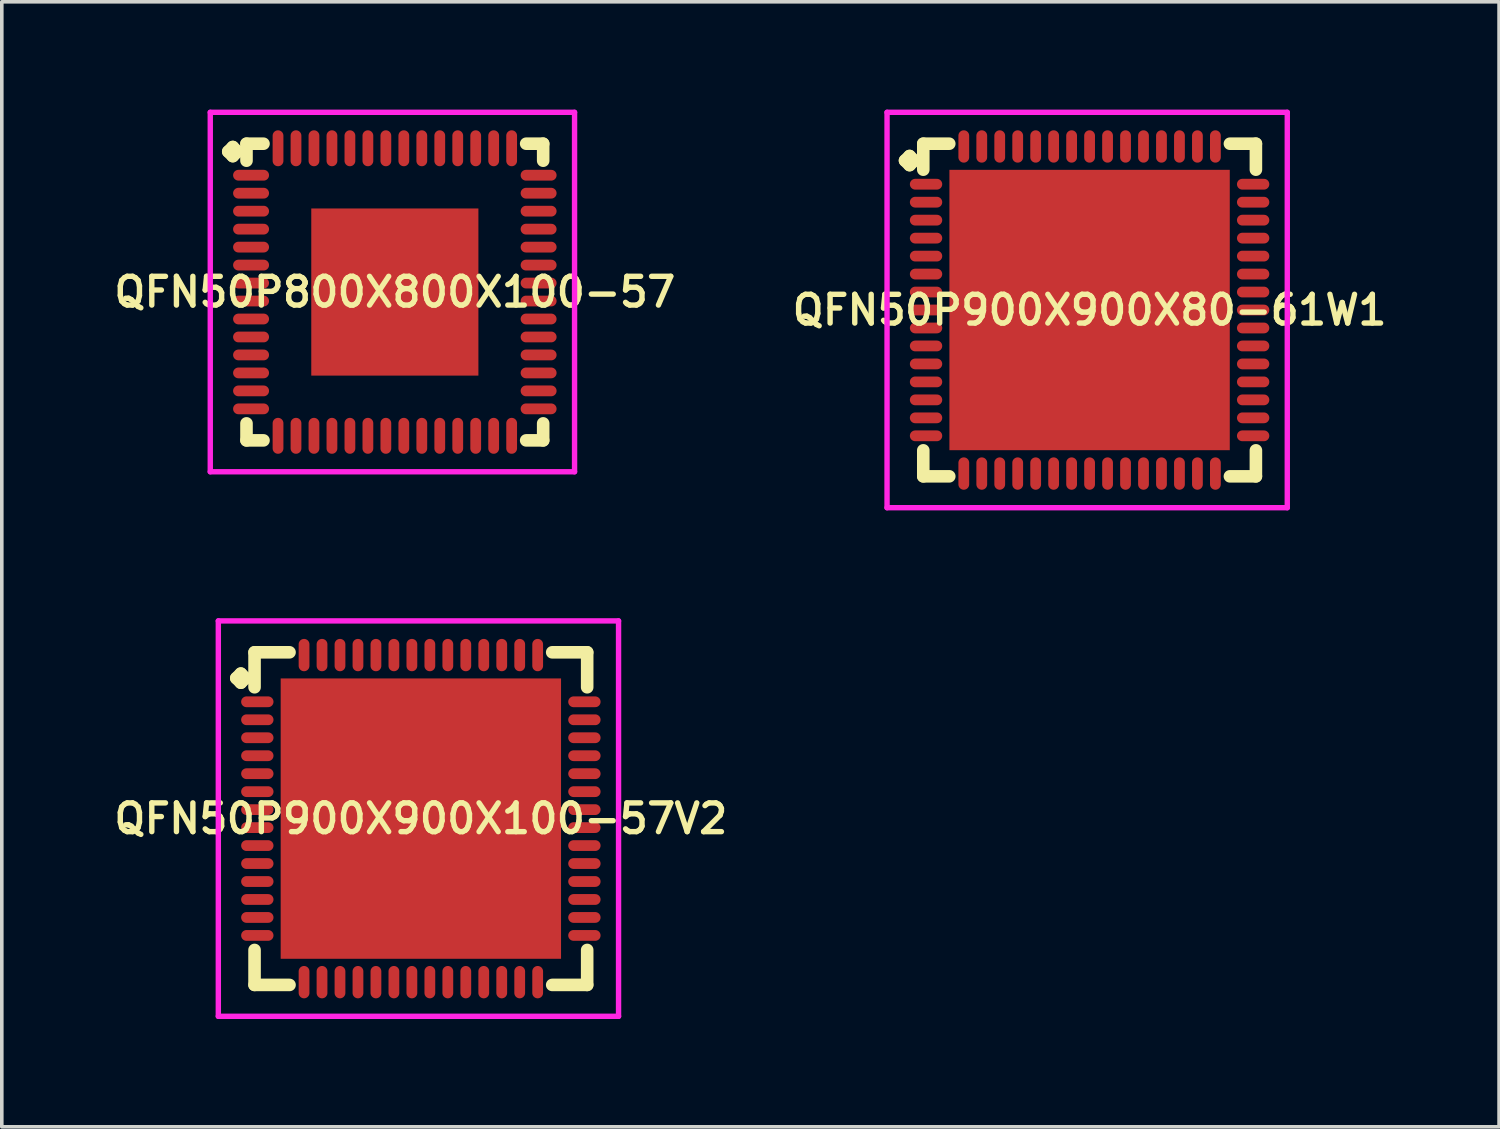
<source format=kicad_pcb>
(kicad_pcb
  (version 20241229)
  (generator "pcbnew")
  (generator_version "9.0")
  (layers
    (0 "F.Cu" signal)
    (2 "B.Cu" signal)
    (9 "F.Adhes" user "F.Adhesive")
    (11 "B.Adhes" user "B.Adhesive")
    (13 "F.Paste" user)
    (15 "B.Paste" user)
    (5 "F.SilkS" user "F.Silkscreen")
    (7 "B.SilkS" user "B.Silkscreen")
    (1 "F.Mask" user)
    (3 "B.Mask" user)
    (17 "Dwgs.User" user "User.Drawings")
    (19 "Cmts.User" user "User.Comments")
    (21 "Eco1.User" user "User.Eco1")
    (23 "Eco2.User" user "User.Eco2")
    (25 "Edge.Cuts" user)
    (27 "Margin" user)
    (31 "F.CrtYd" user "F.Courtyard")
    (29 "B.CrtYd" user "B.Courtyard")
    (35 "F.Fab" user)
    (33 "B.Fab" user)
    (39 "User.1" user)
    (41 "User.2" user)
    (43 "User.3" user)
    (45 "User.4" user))
  (footprint "QFN50P800X800X100-57"
    (layer "F.Cu")
    (at 7.935 5.075)
    (property "Reference" "QFN50P800X800X100-57" (at 0 0 0) (layer "F.SilkS") (effects (font (size 0.8 0.8) (thickness 0.15))))
    (attr smd)
    (fp_line (start -4.635 -3.908) (end -4.508 -4.035) (stroke (width 0.35) (type solid)) (layer "F.SilkS"))
    (fp_line (start -4.508 -4.035) (end -4.381 -3.908) (stroke (width 0.35) (type solid)) (layer "F.SilkS"))
    (fp_line (start -4.508 -3.781) (end -4.635 -3.908) (stroke (width 0.35) (type solid)) (layer "F.SilkS"))
    (fp_line (start -4.381 -3.908) (end -4.508 -3.781) (stroke (width 0.35) (type solid)) (layer "F.SilkS"))
    (fp_line (start -4.127 -4.127) (end -3.654 -4.127) (stroke (width 0.35) (type solid)) (layer "F.SilkS"))
    (fp_line (start -4.127 -3.654) (end -4.127 -4.127) (stroke (width 0.35) (type solid)) (layer "F.SilkS"))
    (fp_line (start -4.127 3.654) (end -4.127 4.127) (stroke (width 0.35) (type solid)) (layer "F.SilkS"))
    (fp_line (start -4.127 4.127) (end -3.654 4.127) (stroke (width 0.35) (type solid)) (layer "F.SilkS"))
    (fp_line (start 3.654 -4.127) (end 4.127 -4.127) (stroke (width 0.35) (type solid)) (layer "F.SilkS"))
    (fp_line (start 3.654 4.127) (end 4.127 4.127) (stroke (width 0.35) (type solid)) (layer "F.SilkS"))
    (fp_line (start 4.127 -4.127) (end 4.127 -3.654) (stroke (width 0.35) (type solid)) (layer "F.SilkS"))
    (fp_line (start 4.127 4.127) (end 4.127 3.654) (stroke (width 0.35) (type solid)) (layer "F.SilkS"))
    (fp_line (start -5.135 -5) (end 5 -5) (stroke (width 0.15) (type solid)) (layer "F.CrtYd"))
    (fp_line (start -5.135 5) (end -5.135 -5) (stroke (width 0.15) (type solid)) (layer "F.CrtYd"))
    (fp_line (start 5 -5) (end 5 5) (stroke (width 0.15) (type solid)) (layer "F.CrtYd"))
    (fp_line (start 5 5) (end -5.135 5) (stroke (width 0.15) (type solid)) (layer "F.CrtYd"))
    (pad "1" smd oval (at -4 -3.25) (size 1 0.3) (layers "F.Cu" "F.Mask" "F.Paste"))
    (pad "2" smd oval (at -4 -2.75) (size 1 0.3) (layers "F.Cu" "F.Mask" "F.Paste"))
    (pad "3" smd oval (at -4 -2.25) (size 1 0.3) (layers "F.Cu" "F.Mask" "F.Paste"))
    (pad "4" smd oval (at -4 -1.75) (size 1 0.3) (layers "F.Cu" "F.Mask" "F.Paste"))
    (pad "5" smd oval (at -4 -1.25) (size 1 0.3) (layers "F.Cu" "F.Mask" "F.Paste"))
    (pad "6" smd oval (at -4 -0.75) (size 1 0.3) (layers "F.Cu" "F.Mask" "F.Paste"))
    (pad "7" smd oval (at -4 -0.25) (size 1 0.3) (layers "F.Cu" "F.Mask" "F.Paste"))
    (pad "8" smd oval (at -4 0.25) (size 1 0.3) (layers "F.Cu" "F.Mask" "F.Paste"))
    (pad "9" smd oval (at -4 0.75) (size 1 0.3) (layers "F.Cu" "F.Mask" "F.Paste"))
    (pad "10" smd oval (at -4 1.25) (size 1 0.3) (layers "F.Cu" "F.Mask" "F.Paste"))
    (pad "11" smd oval (at -4 1.75) (size 1 0.3) (layers "F.Cu" "F.Mask" "F.Paste"))
    (pad "12" smd oval (at -4 2.25) (size 1 0.3) (layers "F.Cu" "F.Mask" "F.Paste"))
    (pad "13" smd oval (at -4 2.75) (size 1 0.3) (layers "F.Cu" "F.Mask" "F.Paste"))
    (pad "14" smd oval (at -4 3.25) (size 1 0.3) (layers "F.Cu" "F.Mask" "F.Paste"))
    (pad "15" smd oval (at -3.25 4) (size 0.3 1) (layers "F.Cu" "F.Mask" "F.Paste"))
    (pad "16" smd oval (at -2.75 4) (size 0.3 1) (layers "F.Cu" "F.Mask" "F.Paste"))
    (pad "17" smd oval (at -2.25 4) (size 0.3 1) (layers "F.Cu" "F.Mask" "F.Paste"))
    (pad "18" smd oval (at -1.75 4) (size 0.3 1) (layers "F.Cu" "F.Mask" "F.Paste"))
    (pad "19" smd oval (at -1.25 4) (size 0.3 1) (layers "F.Cu" "F.Mask" "F.Paste"))
    (pad "20" smd oval (at -0.75 4) (size 0.3 1) (layers "F.Cu" "F.Mask" "F.Paste"))
    (pad "21" smd oval (at -0.25 4) (size 0.3 1) (layers "F.Cu" "F.Mask" "F.Paste"))
    (pad "22" smd oval (at 0.25 4) (size 0.3 1) (layers "F.Cu" "F.Mask" "F.Paste"))
    (pad "23" smd oval (at 0.75 4) (size 0.3 1) (layers "F.Cu" "F.Mask" "F.Paste"))
    (pad "24" smd oval (at 1.25 4) (size 0.3 1) (layers "F.Cu" "F.Mask" "F.Paste"))
    (pad "25" smd oval (at 1.75 4) (size 0.3 1) (layers "F.Cu" "F.Mask" "F.Paste"))
    (pad "26" smd oval (at 2.25 4) (size 0.3 1) (layers "F.Cu" "F.Mask" "F.Paste"))
    (pad "27" smd oval (at 2.75 4) (size 0.3 1) (layers "F.Cu" "F.Mask" "F.Paste"))
    (pad "28" smd oval (at 3.25 4) (size 0.3 1) (layers "F.Cu" "F.Mask" "F.Paste"))
    (pad "29" smd oval (at 4 3.25) (size 1 0.3) (layers "F.Cu" "F.Mask" "F.Paste"))
    (pad "30" smd oval (at 4 2.75) (size 1 0.3) (layers "F.Cu" "F.Mask" "F.Paste"))
    (pad "31" smd oval (at 4 2.25) (size 1 0.3) (layers "F.Cu" "F.Mask" "F.Paste"))
    (pad "32" smd oval (at 4 1.75) (size 1 0.3) (layers "F.Cu" "F.Mask" "F.Paste"))
    (pad "33" smd oval (at 4 1.25) (size 1 0.3) (layers "F.Cu" "F.Mask" "F.Paste"))
    (pad "34" smd oval (at 4 0.75) (size 1 0.3) (layers "F.Cu" "F.Mask" "F.Paste"))
    (pad "35" smd oval (at 4 0.25) (size 1 0.3) (layers "F.Cu" "F.Mask" "F.Paste"))
    (pad "36" smd oval (at 4 -0.25) (size 1 0.3) (layers "F.Cu" "F.Mask" "F.Paste"))
    (pad "37" smd oval (at 4 -0.75) (size 1 0.3) (layers "F.Cu" "F.Mask" "F.Paste"))
    (pad "38" smd oval (at 4 -1.25) (size 1 0.3) (layers "F.Cu" "F.Mask" "F.Paste"))
    (pad "39" smd oval (at 4 -1.75) (size 1 0.3) (layers "F.Cu" "F.Mask" "F.Paste"))
    (pad "40" smd oval (at 4 -2.25) (size 1 0.3) (layers "F.Cu" "F.Mask" "F.Paste"))
    (pad "41" smd oval (at 4 -2.75) (size 1 0.3) (layers "F.Cu" "F.Mask" "F.Paste"))
    (pad "42" smd oval (at 4 -3.25) (size 1 0.3) (layers "F.Cu" "F.Mask" "F.Paste"))
    (pad "43" smd oval (at 3.25 -4) (size 0.3 1) (layers "F.Cu" "F.Mask" "F.Paste"))
    (pad "44" smd oval (at 2.75 -4) (size 0.3 1) (layers "F.Cu" "F.Mask" "F.Paste"))
    (pad "45" smd oval (at 2.25 -4) (size 0.3 1) (layers "F.Cu" "F.Mask" "F.Paste"))
    (pad "46" smd oval (at 1.75 -4) (size 0.3 1) (layers "F.Cu" "F.Mask" "F.Paste"))
    (pad "47" smd oval (at 1.25 -4) (size 0.3 1) (layers "F.Cu" "F.Mask" "F.Paste"))
    (pad "48" smd oval (at 0.75 -4) (size 0.3 1) (layers "F.Cu" "F.Mask" "F.Paste"))
    (pad "49" smd oval (at 0.25 -4) (size 0.3 1) (layers "F.Cu" "F.Mask" "F.Paste"))
    (pad "50" smd oval (at -0.25 -4) (size 0.3 1) (layers "F.Cu" "F.Mask" "F.Paste"))
    (pad "51" smd oval (at -0.75 -4) (size 0.3 1) (layers "F.Cu" "F.Mask" "F.Paste"))
    (pad "52" smd oval (at -1.25 -4) (size 0.3 1) (layers "F.Cu" "F.Mask" "F.Paste"))
    (pad "53" smd oval (at -1.75 -4) (size 0.3 1) (layers "F.Cu" "F.Mask" "F.Paste"))
    (pad "54" smd oval (at -2.25 -4) (size 0.3 1) (layers "F.Cu" "F.Mask" "F.Paste"))
    (pad "55" smd oval (at -2.75 -4) (size 0.3 1) (layers "F.Cu" "F.Mask" "F.Paste"))
    (pad "56" smd oval (at -3.25 -4) (size 0.3 1) (layers "F.Cu" "F.Mask" "F.Paste"))
    (pad "57" smd rect (at 0 0) (size 4.65 4.65) (layers "F.Cu" "F.Mask" "F.Paste")))
  (footprint "QFN50P900X900X80-61W1"
    (layer "F.Cu")
    (at 27.264 5.575)
    (property "Reference" "QFN50P900X900X80-61W1" (at 0 0 0) (layer "F.SilkS") (effects (font (size 0.8 0.8) (thickness 0.15))))
    (attr through_hole)
    (fp_line (start -5.135 -4.158) (end -5.008 -4.285) (stroke (width 0.35) (type solid)) (layer "F.SilkS"))
    (fp_line (start -5.008 -4.285) (end -4.881 -4.158) (stroke (width 0.35) (type solid)) (layer "F.SilkS"))
    (fp_line (start -5.008 -4.031) (end -5.135 -4.158) (stroke (width 0.35) (type solid)) (layer "F.SilkS"))
    (fp_line (start -4.881 -4.158) (end -5.008 -4.031) (stroke (width 0.35) (type solid)) (layer "F.SilkS"))
    (fp_line (start -4.627 -4.627) (end -3.904 -4.627) (stroke (width 0.35) (type solid)) (layer "F.SilkS"))
    (fp_line (start -4.627 -3.904) (end -4.627 -4.627) (stroke (width 0.35) (type solid)) (layer "F.SilkS"))
    (fp_line (start -4.627 3.904) (end -4.627 4.627) (stroke (width 0.35) (type solid)) (layer "F.SilkS"))
    (fp_line (start -4.627 4.627) (end -3.904 4.627) (stroke (width 0.35) (type solid)) (layer "F.SilkS"))
    (fp_line (start 3.904 -4.627) (end 4.627 -4.627) (stroke (width 0.35) (type solid)) (layer "F.SilkS"))
    (fp_line (start 3.904 4.627) (end 4.627 4.627) (stroke (width 0.35) (type solid)) (layer "F.SilkS"))
    (fp_line (start 4.627 -4.627) (end 4.627 -3.904) (stroke (width 0.35) (type solid)) (layer "F.SilkS"))
    (fp_line (start 4.627 4.627) (end 4.627 3.904) (stroke (width 0.35) (type solid)) (layer "F.SilkS"))
    (fp_line (start -5.635 -5.5) (end 5.5 -5.5) (stroke (width 0.15) (type solid)) (layer "F.CrtYd"))
    (fp_line (start -5.635 5.5) (end -5.635 -5.5) (stroke (width 0.15) (type solid)) (layer "F.CrtYd"))
    (fp_line (start 5.5 -5.5) (end 5.5 5.5) (stroke (width 0.15) (type solid)) (layer "F.CrtYd"))
    (fp_line (start 5.5 5.5) (end -5.635 5.5) (stroke (width 0.15) (type solid)) (layer "F.CrtYd"))
    (pad "1" smd oval (at -4.55 -3.5) (size 0.9 0.3) (layers "F.Cu" "F.Mask" "F.Paste"))
    (pad "2" smd oval (at -4.55 -3) (size 0.9 0.3) (layers "F.Cu" "F.Mask" "F.Paste"))
    (pad "3" smd oval (at -4.55 -2.5) (size 0.9 0.3) (layers "F.Cu" "F.Mask" "F.Paste"))
    (pad "4" smd oval (at -4.55 -2) (size 0.9 0.3) (layers "F.Cu" "F.Mask" "F.Paste"))
    (pad "5" smd oval (at -4.55 -1.5) (size 0.9 0.3) (layers "F.Cu" "F.Mask" "F.Paste"))
    (pad "6" smd oval (at -4.55 -1) (size 0.9 0.3) (layers "F.Cu" "F.Mask" "F.Paste"))
    (pad "7" smd oval (at -4.55 -0.5) (size 0.9 0.3) (layers "F.Cu" "F.Mask" "F.Paste"))
    (pad "8" smd oval (at -4.55 0) (size 0.9 0.3) (layers "F.Cu" "F.Mask" "F.Paste"))
    (pad "9" smd oval (at -4.55 0.5) (size 0.9 0.3) (layers "F.Cu" "F.Mask" "F.Paste"))
    (pad "10" smd oval (at -4.55 1) (size 0.9 0.3) (layers "F.Cu" "F.Mask" "F.Paste"))
    (pad "11" smd oval (at -4.55 1.5) (size 0.9 0.3) (layers "F.Cu" "F.Mask" "F.Paste"))
    (pad "12" smd oval (at -4.55 2) (size 0.9 0.3) (layers "F.Cu" "F.Mask" "F.Paste"))
    (pad "13" smd oval (at -4.55 2.5) (size 0.9 0.3) (layers "F.Cu" "F.Mask" "F.Paste"))
    (pad "14" smd oval (at -4.55 3) (size 0.9 0.3) (layers "F.Cu" "F.Mask" "F.Paste"))
    (pad "15" smd oval (at -4.55 3.5) (size 0.9 0.3) (layers "F.Cu" "F.Mask" "F.Paste"))
    (pad "16" smd oval (at -3.5 4.55) (size 0.3 0.9) (layers "F.Cu" "F.Mask" "F.Paste"))
    (pad "17" smd oval (at -3 4.55) (size 0.3 0.9) (layers "F.Cu" "F.Mask" "F.Paste"))
    (pad "18" smd oval (at -2.5 4.55) (size 0.3 0.9) (layers "F.Cu" "F.Mask" "F.Paste"))
    (pad "19" smd oval (at -2 4.55) (size 0.3 0.9) (layers "F.Cu" "F.Mask" "F.Paste"))
    (pad "20" smd oval (at -1.5 4.55) (size 0.3 0.9) (layers "F.Cu" "F.Mask" "F.Paste"))
    (pad "21" smd oval (at -1 4.55) (size 0.3 0.9) (layers "F.Cu" "F.Mask" "F.Paste"))
    (pad "22" smd oval (at -0.5 4.55) (size 0.3 0.9) (layers "F.Cu" "F.Mask" "F.Paste"))
    (pad "23" smd oval (at 0 4.55) (size 0.3 0.9) (layers "F.Cu" "F.Mask" "F.Paste"))
    (pad "24" smd oval (at 0.5 4.55) (size 0.3 0.9) (layers "F.Cu" "F.Mask" "F.Paste"))
    (pad "25" smd oval (at 1 4.55) (size 0.3 0.9) (layers "F.Cu" "F.Mask" "F.Paste"))
    (pad "26" smd oval (at 1.5 4.55) (size 0.3 0.9) (layers "F.Cu" "F.Mask" "F.Paste"))
    (pad "27" smd oval (at 2 4.55) (size 0.3 0.9) (layers "F.Cu" "F.Mask" "F.Paste"))
    (pad "28" smd oval (at 2.5 4.55) (size 0.3 0.9) (layers "F.Cu" "F.Mask" "F.Paste"))
    (pad "29" smd oval (at 3 4.55) (size 0.3 0.9) (layers "F.Cu" "F.Mask" "F.Paste"))
    (pad "30" smd oval (at 3.5 4.55) (size 0.3 0.9) (layers "F.Cu" "F.Mask" "F.Paste"))
    (pad "31" smd oval (at 4.55 3.5) (size 0.9 0.3) (layers "F.Cu" "F.Mask" "F.Paste"))
    (pad "32" smd oval (at 4.55 3) (size 0.9 0.3) (layers "F.Cu" "F.Mask" "F.Paste"))
    (pad "33" smd oval (at 4.55 2.5) (size 0.9 0.3) (layers "F.Cu" "F.Mask" "F.Paste"))
    (pad "34" smd oval (at 4.55 2) (size 0.9 0.3) (layers "F.Cu" "F.Mask" "F.Paste"))
    (pad "35" smd oval (at 4.55 1.5) (size 0.9 0.3) (layers "F.Cu" "F.Mask" "F.Paste"))
    (pad "36" smd oval (at 4.55 1) (size 0.9 0.3) (layers "F.Cu" "F.Mask" "F.Paste"))
    (pad "37" smd oval (at 4.55 0.5) (size 0.9 0.3) (layers "F.Cu" "F.Mask" "F.Paste"))
    (pad "38" smd oval (at 4.55 0) (size 0.9 0.3) (layers "F.Cu" "F.Mask" "F.Paste"))
    (pad "39" smd oval (at 4.55 -0.5) (size 0.9 0.3) (layers "F.Cu" "F.Mask" "F.Paste"))
    (pad "40" smd oval (at 4.55 -1) (size 0.9 0.3) (layers "F.Cu" "F.Mask" "F.Paste"))
    (pad "41" smd oval (at 4.55 -1.5) (size 0.9 0.3) (layers "F.Cu" "F.Mask" "F.Paste"))
    (pad "42" smd oval (at 4.55 -2) (size 0.9 0.3) (layers "F.Cu" "F.Mask" "F.Paste"))
    (pad "43" smd oval (at 4.55 -2.5) (size 0.9 0.3) (layers "F.Cu" "F.Mask" "F.Paste"))
    (pad "44" smd oval (at 4.55 -3) (size 0.9 0.3) (layers "F.Cu" "F.Mask" "F.Paste"))
    (pad "45" smd oval (at 4.55 -3.5) (size 0.9 0.3) (layers "F.Cu" "F.Mask" "F.Paste"))
    (pad "46" smd oval (at 3.5 -4.55) (size 0.3 0.9) (layers "F.Cu" "F.Mask" "F.Paste"))
    (pad "47" smd oval (at 3 -4.55) (size 0.3 0.9) (layers "F.Cu" "F.Mask" "F.Paste"))
    (pad "48" smd oval (at 2.5 -4.55) (size 0.3 0.9) (layers "F.Cu" "F.Mask" "F.Paste"))
    (pad "49" smd oval (at 2 -4.55) (size 0.3 0.9) (layers "F.Cu" "F.Mask" "F.Paste"))
    (pad "50" smd oval (at 1.5 -4.55) (size 0.3 0.9) (layers "F.Cu" "F.Mask" "F.Paste"))
    (pad "51" smd oval (at 1 -4.55) (size 0.3 0.9) (layers "F.Cu" "F.Mask" "F.Paste"))
    (pad "52" smd oval (at 0.5 -4.55) (size 0.3 0.9) (layers "F.Cu" "F.Mask" "F.Paste"))
    (pad "53" smd oval (at 0 -4.55) (size 0.3 0.9) (layers "F.Cu" "F.Mask" "F.Paste"))
    (pad "54" smd oval (at -0.5 -4.55) (size 0.3 0.9) (layers "F.Cu" "F.Mask" "F.Paste"))
    (pad "55" smd oval (at -1 -4.55) (size 0.3 0.9) (layers "F.Cu" "F.Mask" "F.Paste"))
    (pad "56" smd oval (at -1.5 -4.55) (size 0.3 0.9) (layers "F.Cu" "F.Mask" "F.Paste"))
    (pad "57" smd oval (at -2 -4.55) (size 0.3 0.9) (layers "F.Cu" "F.Mask" "F.Paste"))
    (pad "58" smd oval (at -2.5 -4.55) (size 0.3 0.9) (layers "F.Cu" "F.Mask" "F.Paste"))
    (pad "59" smd oval (at -3 -4.55) (size 0.3 0.9) (layers "F.Cu" "F.Mask" "F.Paste"))
    (pad "60" smd oval (at -3.5 -4.55) (size 0.3 0.9) (layers "F.Cu" "F.Mask" "F.Paste"))
    (pad "61" smd rect (at 0 0) (size 7.8 7.8) (layers "F.Cu" "F.Mask" "F.Paste")))
  (footprint "QFN50P900X900X100-57V2"
    (layer "F.Cu")
    (at 8.659 19.725)
    (property "Reference" "QFN50P900X900X100-57V2" (at 0 0 0) (layer "F.SilkS") (effects (font (size 0.8 0.8) (thickness 0.15))))
    (attr smd)
    (fp_line (start -5.135 -3.908) (end -5.008 -4.035) (stroke (width 0.35) (type solid)) (layer "F.SilkS"))
    (fp_line (start -5.008 -4.035) (end -4.881 -3.908) (stroke (width 0.35) (type solid)) (layer "F.SilkS"))
    (fp_line (start -5.008 -3.781) (end -5.135 -3.908) (stroke (width 0.35) (type solid)) (layer "F.SilkS"))
    (fp_line (start -4.881 -3.908) (end -5.008 -3.781) (stroke (width 0.35) (type solid)) (layer "F.SilkS"))
    (fp_line (start -4.627 -4.627) (end -3.654 -4.627) (stroke (width 0.35) (type solid)) (layer "F.SilkS"))
    (fp_line (start -4.627 -3.654) (end -4.627 -4.627) (stroke (width 0.35) (type solid)) (layer "F.SilkS"))
    (fp_line (start -4.627 3.654) (end -4.627 4.627) (stroke (width 0.35) (type solid)) (layer "F.SilkS"))
    (fp_line (start -4.627 4.627) (end -3.654 4.627) (stroke (width 0.35) (type solid)) (layer "F.SilkS"))
    (fp_line (start 3.654 -4.627) (end 4.627 -4.627) (stroke (width 0.35) (type solid)) (layer "F.SilkS"))
    (fp_line (start 3.654 4.627) (end 4.627 4.627) (stroke (width 0.35) (type solid)) (layer "F.SilkS"))
    (fp_line (start 4.627 -4.627) (end 4.627 -3.654) (stroke (width 0.35) (type solid)) (layer "F.SilkS"))
    (fp_line (start 4.627 4.627) (end 4.627 3.654) (stroke (width 0.35) (type solid)) (layer "F.SilkS"))
    (fp_line (start -5.635 -5.5) (end 5.5 -5.5) (stroke (width 0.15) (type solid)) (layer "F.CrtYd"))
    (fp_line (start -5.635 5.5) (end -5.635 -5.5) (stroke (width 0.15) (type solid)) (layer "F.CrtYd"))
    (fp_line (start 5.5 -5.5) (end 5.5 5.5) (stroke (width 0.15) (type solid)) (layer "F.CrtYd"))
    (fp_line (start 5.5 5.5) (end -5.635 5.5) (stroke (width 0.15) (type solid)) (layer "F.CrtYd"))
    (pad "1" smd oval (at -4.55 -3.25) (size 0.9 0.3) (layers "F.Cu" "F.Mask" "F.Paste"))
    (pad "2" smd oval (at -4.55 -2.75) (size 0.9 0.3) (layers "F.Cu" "F.Mask" "F.Paste"))
    (pad "3" smd oval (at -4.55 -2.25) (size 0.9 0.3) (layers "F.Cu" "F.Mask" "F.Paste"))
    (pad "4" smd oval (at -4.55 -1.75) (size 0.9 0.3) (layers "F.Cu" "F.Mask" "F.Paste"))
    (pad "5" smd oval (at -4.55 -1.25) (size 0.9 0.3) (layers "F.Cu" "F.Mask" "F.Paste"))
    (pad "6" smd oval (at -4.55 -0.75) (size 0.9 0.3) (layers "F.Cu" "F.Mask" "F.Paste"))
    (pad "7" smd oval (at -4.55 -0.25) (size 0.9 0.3) (layers "F.Cu" "F.Mask" "F.Paste"))
    (pad "8" smd oval (at -4.55 0.25) (size 0.9 0.3) (layers "F.Cu" "F.Mask" "F.Paste"))
    (pad "9" smd oval (at -4.55 0.75) (size 0.9 0.3) (layers "F.Cu" "F.Mask" "F.Paste"))
    (pad "10" smd oval (at -4.55 1.25) (size 0.9 0.3) (layers "F.Cu" "F.Mask" "F.Paste"))
    (pad "11" smd oval (at -4.55 1.75) (size 0.9 0.3) (layers "F.Cu" "F.Mask" "F.Paste"))
    (pad "12" smd oval (at -4.55 2.25) (size 0.9 0.3) (layers "F.Cu" "F.Mask" "F.Paste"))
    (pad "13" smd oval (at -4.55 2.75) (size 0.9 0.3) (layers "F.Cu" "F.Mask" "F.Paste"))
    (pad "14" smd oval (at -4.55 3.25) (size 0.9 0.3) (layers "F.Cu" "F.Mask" "F.Paste"))
    (pad "15" smd oval (at -3.25 4.55) (size 0.3 0.9) (layers "F.Cu" "F.Mask" "F.Paste"))
    (pad "16" smd oval (at -2.75 4.55) (size 0.3 0.9) (layers "F.Cu" "F.Mask" "F.Paste"))
    (pad "17" smd oval (at -2.25 4.55) (size 0.3 0.9) (layers "F.Cu" "F.Mask" "F.Paste"))
    (pad "18" smd oval (at -1.75 4.55) (size 0.3 0.9) (layers "F.Cu" "F.Mask" "F.Paste"))
    (pad "19" smd oval (at -1.25 4.55) (size 0.3 0.9) (layers "F.Cu" "F.Mask" "F.Paste"))
    (pad "20" smd oval (at -0.75 4.55) (size 0.3 0.9) (layers "F.Cu" "F.Mask" "F.Paste"))
    (pad "21" smd oval (at -0.25 4.55) (size 0.3 0.9) (layers "F.Cu" "F.Mask" "F.Paste"))
    (pad "22" smd oval (at 0.25 4.55) (size 0.3 0.9) (layers "F.Cu" "F.Mask" "F.Paste"))
    (pad "23" smd oval (at 0.75 4.55) (size 0.3 0.9) (layers "F.Cu" "F.Mask" "F.Paste"))
    (pad "24" smd oval (at 1.25 4.55) (size 0.3 0.9) (layers "F.Cu" "F.Mask" "F.Paste"))
    (pad "25" smd oval (at 1.75 4.55) (size 0.3 0.9) (layers "F.Cu" "F.Mask" "F.Paste"))
    (pad "26" smd oval (at 2.25 4.55) (size 0.3 0.9) (layers "F.Cu" "F.Mask" "F.Paste"))
    (pad "27" smd oval (at 2.75 4.55) (size 0.3 0.9) (layers "F.Cu" "F.Mask" "F.Paste"))
    (pad "28" smd oval (at 3.25 4.55) (size 0.3 0.9) (layers "F.Cu" "F.Mask" "F.Paste"))
    (pad "29" smd oval (at 4.55 3.25) (size 0.9 0.3) (layers "F.Cu" "F.Mask" "F.Paste"))
    (pad "30" smd oval (at 4.55 2.75) (size 0.9 0.3) (layers "F.Cu" "F.Mask" "F.Paste"))
    (pad "31" smd oval (at 4.55 2.25) (size 0.9 0.3) (layers "F.Cu" "F.Mask" "F.Paste"))
    (pad "32" smd oval (at 4.55 1.75) (size 0.9 0.3) (layers "F.Cu" "F.Mask" "F.Paste"))
    (pad "33" smd oval (at 4.55 1.25) (size 0.9 0.3) (layers "F.Cu" "F.Mask" "F.Paste"))
    (pad "34" smd oval (at 4.55 0.75) (size 0.9 0.3) (layers "F.Cu" "F.Mask" "F.Paste"))
    (pad "35" smd oval (at 4.55 0.25) (size 0.9 0.3) (layers "F.Cu" "F.Mask" "F.Paste"))
    (pad "36" smd oval (at 4.55 -0.25) (size 0.9 0.3) (layers "F.Cu" "F.Mask" "F.Paste"))
    (pad "37" smd oval (at 4.55 -0.75) (size 0.9 0.3) (layers "F.Cu" "F.Mask" "F.Paste"))
    (pad "38" smd oval (at 4.55 -1.25) (size 0.9 0.3) (layers "F.Cu" "F.Mask" "F.Paste"))
    (pad "39" smd oval (at 4.55 -1.75) (size 0.9 0.3) (layers "F.Cu" "F.Mask" "F.Paste"))
    (pad "40" smd oval (at 4.55 -2.25) (size 0.9 0.3) (layers "F.Cu" "F.Mask" "F.Paste"))
    (pad "41" smd oval (at 4.55 -2.75) (size 0.9 0.3) (layers "F.Cu" "F.Mask" "F.Paste"))
    (pad "42" smd oval (at 4.55 -3.25) (size 0.9 0.3) (layers "F.Cu" "F.Mask" "F.Paste"))
    (pad "43" smd oval (at 3.25 -4.55) (size 0.3 0.9) (layers "F.Cu" "F.Mask" "F.Paste"))
    (pad "44" smd oval (at 2.75 -4.55) (size 0.3 0.9) (layers "F.Cu" "F.Mask" "F.Paste"))
    (pad "45" smd oval (at 2.25 -4.55) (size 0.3 0.9) (layers "F.Cu" "F.Mask" "F.Paste"))
    (pad "46" smd oval (at 1.75 -4.55) (size 0.3 0.9) (layers "F.Cu" "F.Mask" "F.Paste"))
    (pad "47" smd oval (at 1.25 -4.55) (size 0.3 0.9) (layers "F.Cu" "F.Mask" "F.Paste"))
    (pad "48" smd oval (at 0.75 -4.55) (size 0.3 0.9) (layers "F.Cu" "F.Mask" "F.Paste"))
    (pad "49" smd oval (at 0.25 -4.55) (size 0.3 0.9) (layers "F.Cu" "F.Mask" "F.Paste"))
    (pad "50" smd oval (at -0.25 -4.55) (size 0.3 0.9) (layers "F.Cu" "F.Mask" "F.Paste"))
    (pad "51" smd oval (at -0.75 -4.55) (size 0.3 0.9) (layers "F.Cu" "F.Mask" "F.Paste"))
    (pad "52" smd oval (at -1.25 -4.55) (size 0.3 0.9) (layers "F.Cu" "F.Mask" "F.Paste"))
    (pad "53" smd oval (at -1.75 -4.55) (size 0.3 0.9) (layers "F.Cu" "F.Mask" "F.Paste"))
    (pad "54" smd oval (at -2.25 -4.55) (size 0.3 0.9) (layers "F.Cu" "F.Mask" "F.Paste"))
    (pad "55" smd oval (at -2.75 -4.55) (size 0.3 0.9) (layers "F.Cu" "F.Mask" "F.Paste"))
    (pad "56" smd oval (at -3.25 -4.55) (size 0.3 0.9) (layers "F.Cu" "F.Mask" "F.Paste"))
    (pad "57" smd rect (at 0 0) (size 7.8 7.8) (layers "F.Cu" "F.Mask" "F.Paste")))
  (gr_rect
    (start -3 -3)
    (end 38.656 28.3)
    (stroke (width 0.1) (type default))
    (fill no)
    (layer "Edge.Cuts")))
</source>
